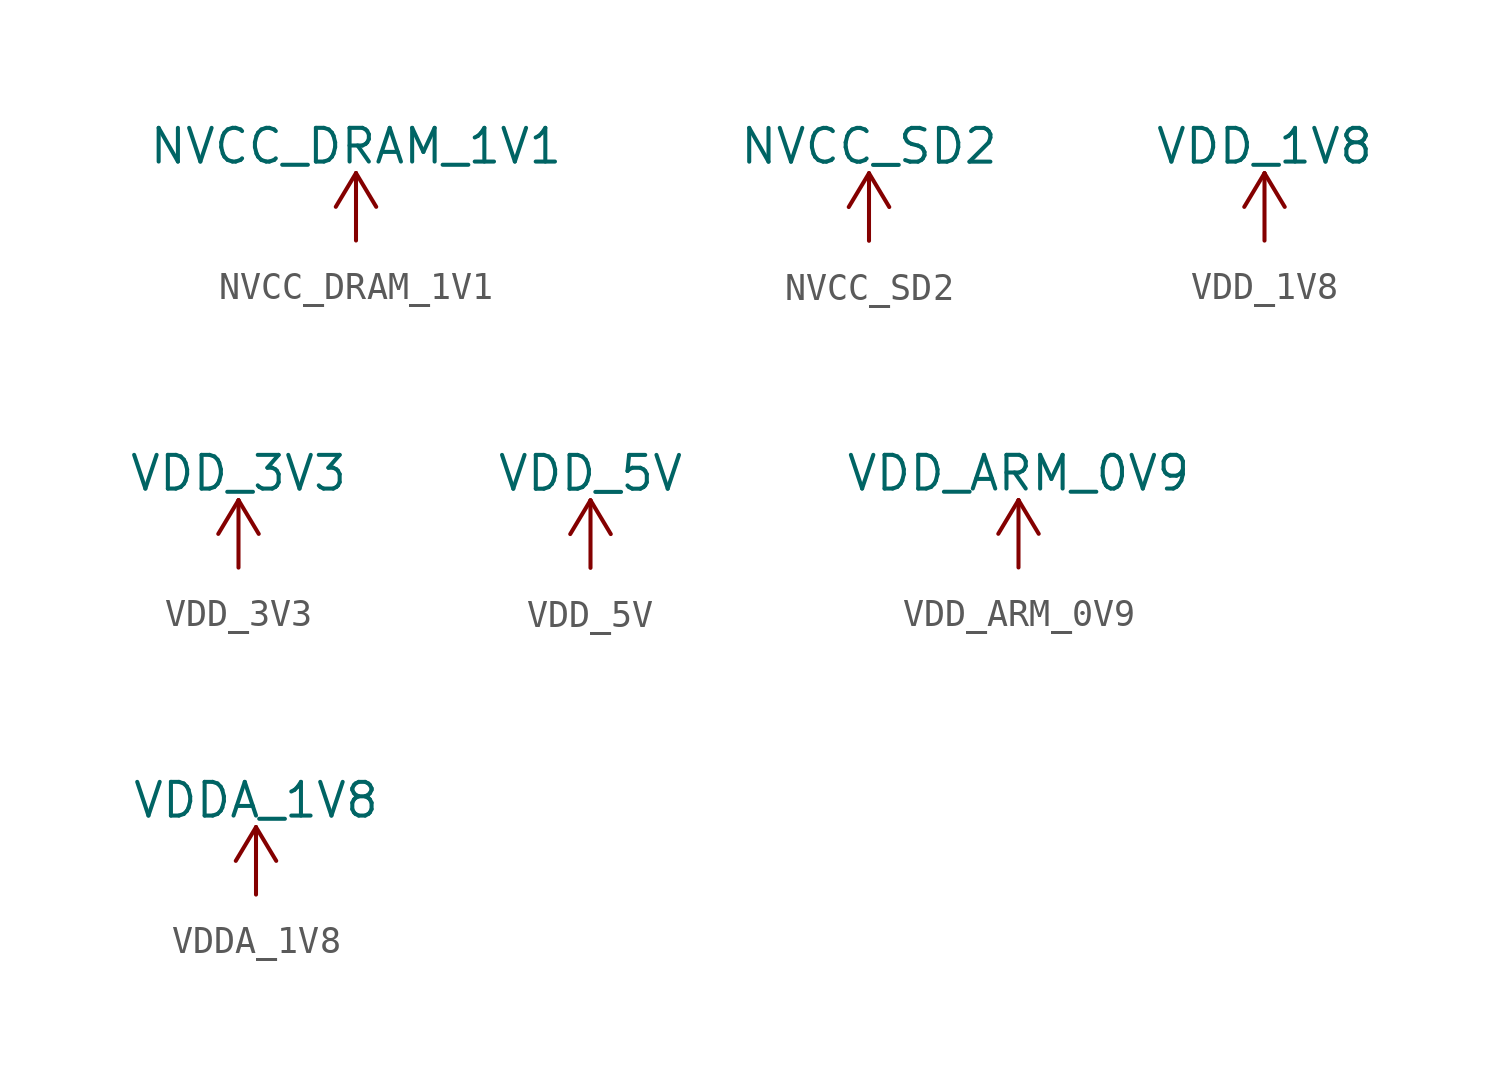
<source format=kicad_sym>
(kicad_symbol_lib
  (version 20241209)
  (generator "kicad_symbol_editor")
  (generator_version "9.0")
  (symbol "NVCC_DRAM_1V1"
    (power)
    (pin_names
      (offset 0))
    (property "Reference" "#PWR"
      (at 0 -3.81 0)
      (effects (font (size 1.27 1.27)) (hide yes)))
    (property "Value" "NVCC_DRAM_1V1"
      (at 0 3.556 0)
      (effects (font (size 1.27 1.27))))
    (symbol "NVCC_DRAM_1V1_0_1"
      (polyline (pts (xy -0.762 1.27) (xy 0 2.54)) (stroke (width 0) (type solid)) (fill (type none)))
      (polyline (pts (xy 0 2.54) (xy 0.762 1.27)) (stroke (width 0) (type solid)) (fill (type none)))
      (polyline (pts (xy 0 0) (xy 0 2.54)) (stroke (width 0) (type solid)) (fill (type none))))
    (symbol "NVCC_DRAM_1V1_1_1"
      (pin power_in line (at 0 0 90) (length 0) (hide yes) (name "NVCC_DRAM_1V1" (effects (font (size 1.27 1.27)))) (number "1" (effects (font (size 1.27 1.27)))))))
  (symbol "NVCC_SD2"
    (power)
    (pin_names
      (offset 0))
    (property "Reference" "#PWR"
      (at 0 -3.81 0)
      (effects (font (size 1.27 1.27)) (hide yes)))
    (property "Value" "NVCC_SD2"
      (at 0 3.556 0)
      (effects (font (size 1.27 1.27))))
    (symbol "NVCC_SD2_0_1"
      (polyline (pts (xy -0.762 1.27) (xy 0 2.54)) (stroke (width 0) (type solid)) (fill (type none)))
      (polyline (pts (xy 0 2.54) (xy 0.762 1.27)) (stroke (width 0) (type solid)) (fill (type none)))
      (polyline (pts (xy 0 0) (xy 0 2.54)) (stroke (width 0) (type solid)) (fill (type none))))
    (symbol "NVCC_SD2_1_1"
      (pin power_in line (at 0 0 90) (length 0) (hide yes) (name "NVCC_SD2" (effects (font (size 1.27 1.27)))) (number "1" (effects (font (size 1.27 1.27)))))))
  (symbol "VDD_1V8"
    (power)
    (pin_names
      (offset 0))
    (property "Reference" "#PWR"
      (at 0 -3.81 0)
      (effects (font (size 1.27 1.27)) (hide yes)))
    (property "Value" "VDD_1V8"
      (at 0 3.556 0)
      (effects (font (size 1.27 1.27))))
    (symbol "VDD_1V8_0_1"
      (polyline (pts (xy -0.762 1.27) (xy 0 2.54)) (stroke (width 0) (type solid)) (fill (type none)))
      (polyline (pts (xy 0 2.54) (xy 0.762 1.27)) (stroke (width 0) (type solid)) (fill (type none)))
      (polyline (pts (xy 0 0) (xy 0 2.54)) (stroke (width 0) (type solid)) (fill (type none))))
    (symbol "VDD_1V8_1_1"
      (pin power_in line (at 0 0 90) (length 0) (hide yes) (name "VDD_1V8" (effects (font (size 1.27 1.27)))) (number "1" (effects (font (size 1.27 1.27)))))))
  (symbol "VDD_3V3"
    (power)
    (pin_names
      (offset 0))
    (property "Reference" "#PWR"
      (at 0 -3.81 0)
      (effects (font (size 1.27 1.27)) (hide yes)))
    (property "Value" "VDD_3V3"
      (at 0 3.556 0)
      (effects (font (size 1.27 1.27))))
    (symbol "VDD_3V3_0_1"
      (polyline (pts (xy -0.762 1.27) (xy 0 2.54)) (stroke (width 0) (type solid)) (fill (type none)))
      (polyline (pts (xy 0 2.54) (xy 0.762 1.27)) (stroke (width 0) (type solid)) (fill (type none)))
      (polyline (pts (xy 0 0) (xy 0 2.54)) (stroke (width 0) (type solid)) (fill (type none))))
    (symbol "VDD_3V3_1_1"
      (pin power_in line (at 0 0 90) (length 0) (hide yes) (name "VDD_3V3" (effects (font (size 1.27 1.27)))) (number "1" (effects (font (size 1.27 1.27)))))))
  (symbol "VDD_5V"
    (power)
    (pin_names
      (offset 0))
    (property "Reference" "#PWR"
      (at 0 -3.81 0)
      (effects (font (size 1.27 1.27)) (hide yes)))
    (property "Value" "VDD_5V"
      (at 0 3.556 0)
      (effects (font (size 1.27 1.27))))
    (symbol "VDD_5V_0_1"
      (polyline (pts (xy -0.762 1.27) (xy 0 2.54)) (stroke (width 0) (type solid)) (fill (type none)))
      (polyline (pts (xy 0 2.54) (xy 0.762 1.27)) (stroke (width 0) (type solid)) (fill (type none)))
      (polyline (pts (xy 0 0) (xy 0 2.54)) (stroke (width 0) (type solid)) (fill (type none))))
    (symbol "VDD_5V_1_1"
      (pin power_in line (at 0 0 90) (length 0) (hide yes) (name "VDD_5V" (effects (font (size 1.27 1.27)))) (number "1" (effects (font (size 1.27 1.27)))))))
  (symbol "VDD_ARM_0V9"
    (power)
    (pin_names
      (offset 0))
    (property "Reference" "#PWR"
      (at 0 -3.81 0)
      (effects (font (size 1.27 1.27)) (hide yes)))
    (property "Value" "VDD_ARM_0V9"
      (at 0 3.556 0)
      (effects (font (size 1.27 1.27))))
    (symbol "VDD_ARM_0V9_0_1"
      (polyline (pts (xy -0.762 1.27) (xy 0 2.54)) (stroke (width 0) (type solid)) (fill (type none)))
      (polyline (pts (xy 0 2.54) (xy 0.762 1.27)) (stroke (width 0) (type solid)) (fill (type none)))
      (polyline (pts (xy 0 0) (xy 0 2.54)) (stroke (width 0) (type solid)) (fill (type none))))
    (symbol "VDD_ARM_0V9_1_1"
      (pin power_in line (at 0 0 90) (length 0) (hide yes) (name "VDD_ARM_0V9" (effects (font (size 1.27 1.27)))) (number "1" (effects (font (size 1.27 1.27)))))))
  (symbol "VDDA_1V8"
    (power)
    (pin_names
      (offset 0))
    (property "Reference" "#PWR"
      (at 0 -3.81 0)
      (effects (font (size 1.27 1.27)) (hide yes)))
    (property "Value" "VDDA_1V8"
      (at 0 3.556 0)
      (effects (font (size 1.27 1.27))))
    (symbol "VDDA_1V8_0_1"
      (polyline (pts (xy -0.762 1.27) (xy 0 2.54)) (stroke (width 0) (type solid)) (fill (type none)))
      (polyline (pts (xy 0 2.54) (xy 0.762 1.27)) (stroke (width 0) (type solid)) (fill (type none)))
      (polyline (pts (xy 0 0) (xy 0 2.54)) (stroke (width 0) (type solid)) (fill (type none))))
    (symbol "VDDA_1V8_1_1"
      (pin power_in line (at 0 0 90) (length 0) (hide yes) (name "VDDA_1V8" (effects (font (size 1.27 1.27)))) (number "1" (effects (font (size 1.27 1.27))))))))
</source>
